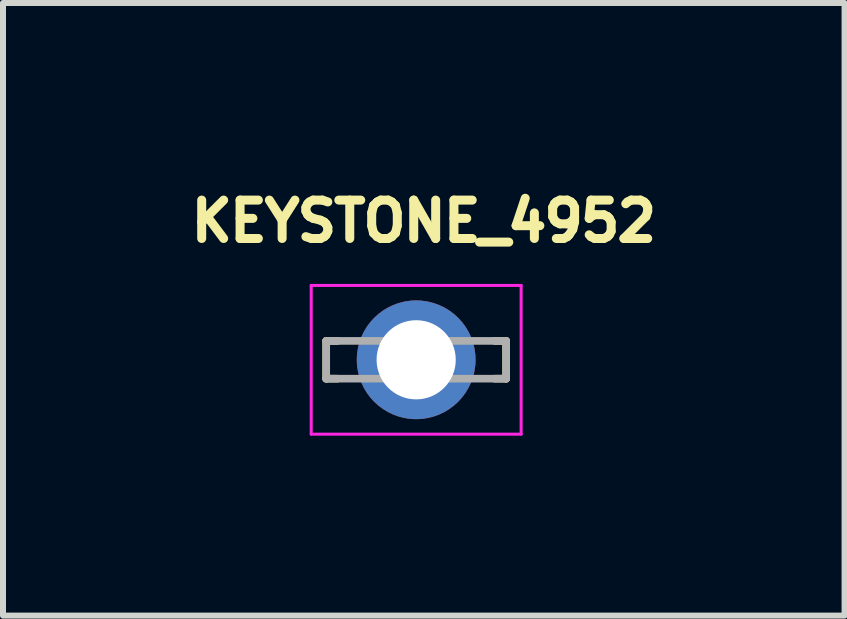
<source format=kicad_pcb>
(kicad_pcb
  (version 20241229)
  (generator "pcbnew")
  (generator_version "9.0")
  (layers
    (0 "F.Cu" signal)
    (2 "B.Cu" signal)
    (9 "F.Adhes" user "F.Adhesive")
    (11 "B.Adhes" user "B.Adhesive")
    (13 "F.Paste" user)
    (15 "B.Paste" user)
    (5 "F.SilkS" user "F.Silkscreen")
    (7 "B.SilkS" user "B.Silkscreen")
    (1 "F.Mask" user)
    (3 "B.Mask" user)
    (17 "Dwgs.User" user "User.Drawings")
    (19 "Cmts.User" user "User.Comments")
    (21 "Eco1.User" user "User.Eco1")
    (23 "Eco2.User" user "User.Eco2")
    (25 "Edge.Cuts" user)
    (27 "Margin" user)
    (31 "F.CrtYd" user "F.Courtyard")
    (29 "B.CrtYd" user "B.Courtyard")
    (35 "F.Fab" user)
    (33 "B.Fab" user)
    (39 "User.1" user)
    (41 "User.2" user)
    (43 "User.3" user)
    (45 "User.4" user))
  (footprint "KEYSTONE_4952"
    (layer "F.Cu")
    (at 3.889 2.949)
    (property "Reference" "KEYSTONE_4952" (at 0.127 -2.311 0) (layer "F.SilkS") (effects (font (size 0.64 0.64) (thickness 0.15))))
    (attr through_hole)
    (fp_line (start -1.5 -0.315) (end -1.31 -0.315) (stroke (width 0.127) (type solid)) (layer "F.SilkS"))
    (fp_line (start -1.5 0.315) (end -1.5 -0.315) (stroke (width 0.127) (type solid)) (layer "F.SilkS"))
    (fp_line (start -1.31 0.315) (end -1.5 0.315) (stroke (width 0.127) (type solid)) (layer "F.SilkS"))
    (fp_line (start 1.31 -0.315) (end 1.5 -0.315) (stroke (width 0.127) (type solid)) (layer "F.SilkS"))
    (fp_line (start 1.5 -0.315) (end 1.5 0.315) (stroke (width 0.127) (type solid)) (layer "F.SilkS"))
    (fp_line (start 1.5 0.315) (end 1.31 0.315) (stroke (width 0.127) (type solid)) (layer "F.SilkS"))
    (fp_line (start -1.75 -1.24) (end -1.75 1.24) (stroke (width 0.05) (type solid)) (layer "F.CrtYd"))
    (fp_line (start -1.75 1.24) (end 1.75 1.24) (stroke (width 0.05) (type solid)) (layer "F.CrtYd"))
    (fp_line (start 1.75 -1.24) (end -1.75 -1.24) (stroke (width 0.05) (type solid)) (layer "F.CrtYd"))
    (fp_line (start 1.75 1.24) (end 1.75 -1.24) (stroke (width 0.05) (type solid)) (layer "F.CrtYd"))
    (fp_line (start -1.5 -0.315) (end 1.5 -0.315) (stroke (width 0.127) (type solid)) (layer "F.Fab"))
    (fp_line (start -1.5 0.315) (end -1.5 -0.315) (stroke (width 0.127) (type solid)) (layer "F.Fab"))
    (fp_line (start 1.5 -0.315) (end 1.5 0.315) (stroke (width 0.127) (type solid)) (layer "F.Fab"))
    (fp_line (start 1.5 0.315) (end -1.5 0.315) (stroke (width 0.127) (type solid)) (layer "F.Fab"))
    (pad "TP" thru_hole circle (at 0 0) (size 1.98 1.98) (drill 1.32) (layers "*.Cu" "*.Mask")))
  (gr_rect
    (start -3 -3)
    (end 11.032 7.214)
    (stroke (width 0.1) (type default))
    (fill no)
    (layer "Edge.Cuts")))
</source>
